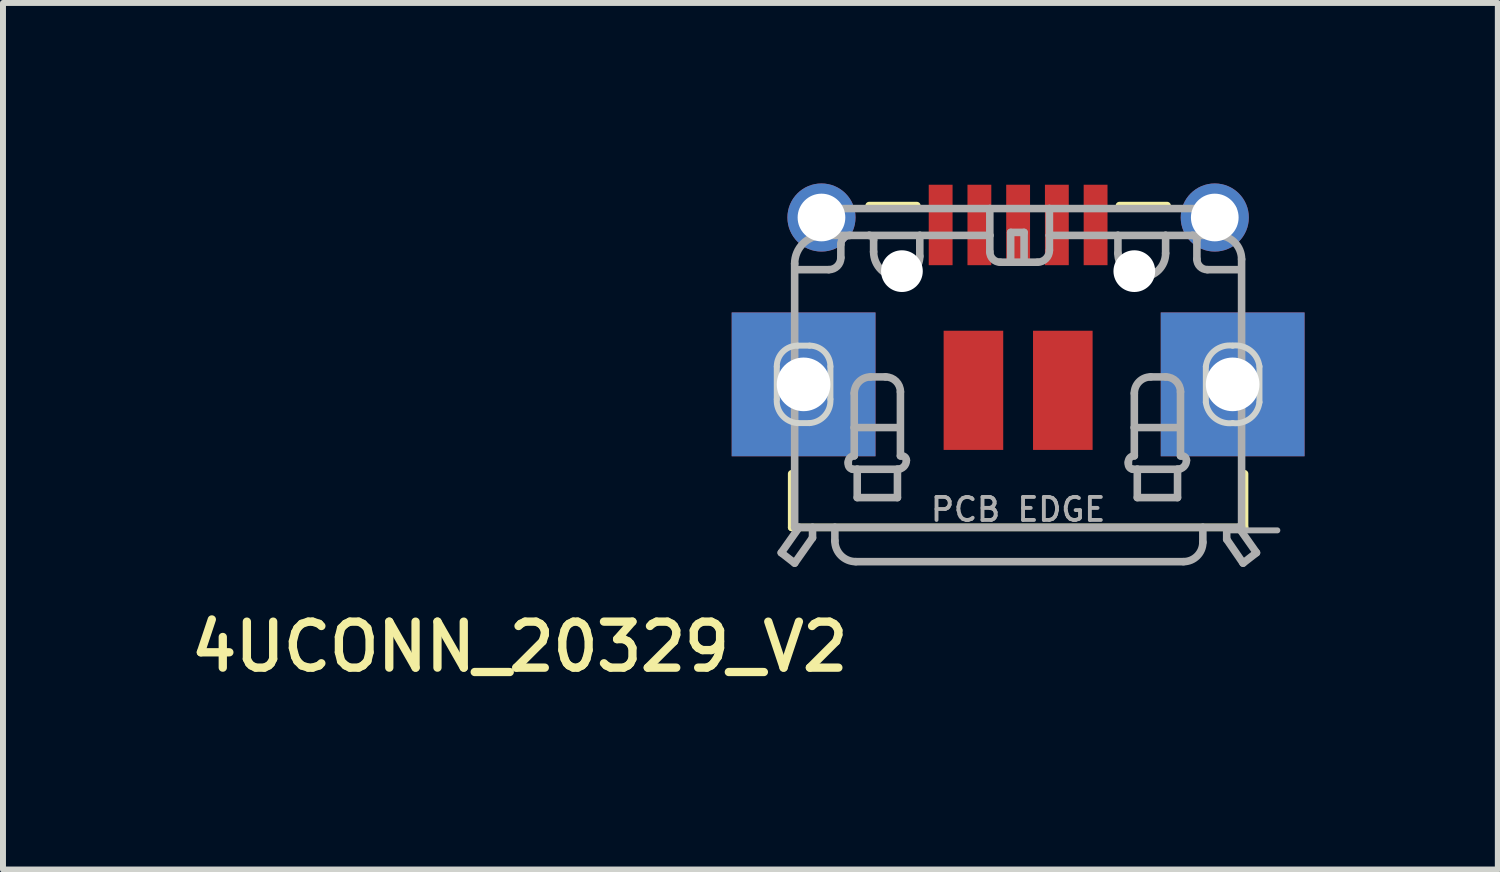
<source format=kicad_pcb>
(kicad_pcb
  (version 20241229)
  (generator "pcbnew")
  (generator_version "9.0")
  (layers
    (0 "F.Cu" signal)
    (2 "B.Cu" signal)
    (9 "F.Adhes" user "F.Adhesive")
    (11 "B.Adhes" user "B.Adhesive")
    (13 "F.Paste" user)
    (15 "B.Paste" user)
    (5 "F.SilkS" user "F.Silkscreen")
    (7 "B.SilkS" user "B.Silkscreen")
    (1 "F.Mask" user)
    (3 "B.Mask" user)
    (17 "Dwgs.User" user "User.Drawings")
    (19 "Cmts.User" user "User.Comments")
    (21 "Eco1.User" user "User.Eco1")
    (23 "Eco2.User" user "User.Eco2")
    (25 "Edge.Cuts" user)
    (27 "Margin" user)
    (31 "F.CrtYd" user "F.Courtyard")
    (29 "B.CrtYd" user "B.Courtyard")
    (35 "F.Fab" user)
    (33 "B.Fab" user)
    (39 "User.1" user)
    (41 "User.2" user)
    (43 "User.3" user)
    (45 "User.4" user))
  (footprint "4UCONN_20329_V2"
    (layer "F.Cu")
    (at 14.035 1.5)
    (property "Reference" "4UCONN_20329_V2" (at -2.778 5.852 180) (layer "F.SilkS") (effects (font (size 0.772 0.772) (thickness 0.139)) (justify right top)))
    (attr through_hole)
    (fp_poly (pts (xy -1.55 -0.05) (xy -1.05 -0.05) (xy -1.05 -1.5) (xy -1.55 -1.5)) (stroke (width 0) (type solid)) (fill yes) (layer "F.Mask"))
    (fp_poly (pts (xy -0.9 -0.05) (xy -0.4 -0.05) (xy -0.4 -1.5) (xy -0.9 -1.5)) (stroke (width 0) (type solid)) (fill yes) (layer "F.Mask"))
    (fp_poly (pts (xy -0.25 -0.05) (xy 0.25 -0.05) (xy 0.25 -1.5) (xy -0.25 -1.5)) (stroke (width 0) (type solid)) (fill yes) (layer "F.Mask"))
    (fp_poly (pts (xy 0.4 -0.05) (xy 0.9 -0.05) (xy 0.9 -1.5) (xy 0.4 -1.5)) (stroke (width 0) (type solid)) (fill yes) (layer "F.Mask"))
    (fp_poly (pts (xy 1.05 -0.05) (xy 1.55 -0.05) (xy 1.55 -1.5) (xy 1.05 -1.5)) (stroke (width 0) (type solid)) (fill yes) (layer "F.Mask"))
    (fp_line (start -3.8 3.4) (end -3.8 4.3) (stroke (width 0.127) (type solid)) (layer "F.SilkS"))
    (fp_line (start -3.8 4.3) (end 3.8 4.3) (stroke (width 0.127) (type solid)) (layer "F.SilkS"))
    (fp_line (start -2.5 -1.1) (end -1.7 -1.1) (stroke (width 0.127) (type solid)) (layer "F.SilkS"))
    (fp_line (start 1.7 -1.1) (end 2.5 -1.1) (stroke (width 0.127) (type solid)) (layer "F.SilkS"))
    (fp_line (start 3.8 4.3) (end 3.8 3.4) (stroke (width 0.127) (type solid)) (layer "F.SilkS"))
    (fp_poly (pts (xy -4.85 3.15) (xy -2.35 3.15) (xy -2.35 0.65) (xy -4.85 0.65)) (stroke (width 0) (type solid)) (fill yes) (layer "F.Paste"))
    (fp_poly (pts (xy -1.45 -0.15) (xy -1.15 -0.15) (xy -1.15 -1.4) (xy -1.45 -1.4)) (stroke (width 0) (type solid)) (fill yes) (layer "F.Paste"))
    (fp_poly (pts (xy -0.8 -0.15) (xy -0.5 -0.15) (xy -0.5 -1.4) (xy -0.8 -1.4)) (stroke (width 0) (type solid)) (fill yes) (layer "F.Paste"))
    (fp_poly (pts (xy -0.15 -0.15) (xy 0.15 -0.15) (xy 0.15 -1.4) (xy -0.15 -1.4)) (stroke (width 0) (type solid)) (fill yes) (layer "F.Paste"))
    (fp_poly (pts (xy 0.5 -0.15) (xy 0.8 -0.15) (xy 0.8 -1.4) (xy 0.5 -1.4)) (stroke (width 0) (type solid)) (fill yes) (layer "F.Paste"))
    (fp_poly (pts (xy 1.15 -0.15) (xy 1.45 -0.15) (xy 1.45 -1.4) (xy 1.15 -1.4)) (stroke (width 0) (type solid)) (fill yes) (layer "F.Paste"))
    (fp_poly (pts (xy 2.35 3.15) (xy 4.85 3.15) (xy 4.85 0.65) (xy 2.35 0.65)) (stroke (width 0) (type solid)) (fill yes) (layer "F.Paste"))
    (fp_poly (pts (xy -5.05 -0.9) (xy -5.014 -0.724) (xy -4.925 -0.567) (xy -4.793 -0.445) (xy -4.45 -0.35) (xy -3.35 -0.35) (xy -3.171 -0.37) (xy -3.007 -0.445) (xy -2.875 -0.567) (xy -2.786 -0.724) (xy -2.75 -0.9) (xy -2.786 -1.076) (xy -2.875 -1.233) (xy -3.007 -1.355) (xy -3.35 -1.45) (xy -4.45 -1.45) (xy -4.629 -1.43) (xy -4.793 -1.355) (xy -4.925 -1.233)) (stroke (width 0) (type solid)) (fill yes) (layer "F.Paste"))
    (fp_poly (pts (xy 2.75 -0.9) (xy 2.786 -0.724) (xy 2.875 -0.567) (xy 3.007 -0.445) (xy 3.35 -0.35) (xy 4.45 -0.35) (xy 4.629 -0.37) (xy 4.793 -0.445) (xy 4.925 -0.567) (xy 5.014 -0.724) (xy 5.05 -0.9) (xy 5.014 -1.076) (xy 4.925 -1.233) (xy 4.793 -1.355) (xy 4.45 -1.45) (xy 3.35 -1.45) (xy 3.171 -1.43) (xy 3.007 -1.355) (xy 2.875 -1.233)) (stroke (width 0) (type solid)) (fill yes) (layer "F.Paste"))
    (fp_line (start -4.05 2.15) (end -4.05 1.6) (stroke (width 0.1) (type solid)) (layer "Edge.Cuts"))
    (fp_line (start -3.7 1.25) (end -3.5 1.25) (stroke (width 0.1) (type solid)) (layer "Edge.Cuts"))
    (fp_line (start -3.5 2.55) (end -3.7 2.55) (stroke (width 0.1) (type solid)) (layer "Edge.Cuts"))
    (fp_line (start -3.15 1.6) (end -3.15 2.15) (stroke (width 0.1) (type solid)) (layer "Edge.Cuts"))
    (fp_line (start 3.15 2.2) (end 3.15 1.6) (stroke (width 0.1) (type solid)) (layer "Edge.Cuts"))
    (fp_line (start 4.05 1.6) (end 4.05 2.2) (stroke (width 0.1) (type solid)) (layer "Edge.Cuts"))
    (fp_arc (start -4.05 1.6) (mid -3.947487 1.352513) (end -3.7 1.25) (stroke (width 0.1) (type solid)) (layer "Edge.Cuts"))
    (fp_arc (start -3.7 2.55) (mid -3.957843 2.422487) (end -4.05 2.15) (stroke (width 0.1) (type solid)) (layer "Edge.Cuts"))
    (fp_arc (start -3.5 1.25) (mid -3.252513 1.352513) (end -3.15 1.6) (stroke (width 0.1) (type solid)) (layer "Edge.Cuts"))
    (fp_arc (start -3.15 2.15) (mid -3.242157 2.422487) (end -3.5 2.55) (stroke (width 0.1) (type solid)) (layer "Edge.Cuts"))
    (fp_arc (start 3.15 1.6) (mid 3.302513 1.331802) (end 3.6 1.25) (stroke (width 0.1) (type solid)) (layer "Edge.Cuts"))
    (fp_arc (start 3.6 1.25) (mid 3.897487 1.331802) (end 4.05 1.6) (stroke (width 0.1) (type solid)) (layer "Edge.Cuts"))
    (fp_arc (start 3.6 2.55) (mid 3.302513 2.468198) (end 3.15 2.2) (stroke (width 0.1) (type solid)) (layer "Edge.Cuts"))
    (fp_arc (start 4.05 2.2) (mid 3.897487 2.468198) (end 3.6 2.55) (stroke (width 0.1) (type solid)) (layer "Edge.Cuts"))
    (fp_line (start -3.975 4.725) (end -3.75 4.9) (stroke (width 0.127) (type solid)) (layer "F.Fab"))
    (fp_line (start -3.975 4.725) (end -3.675 4.3) (stroke (width 0.127) (type solid)) (layer "F.Fab"))
    (fp_line (start -3.75 -0.125) (end -3.75 4.3) (stroke (width 0.127) (type solid)) (layer "F.Fab"))
    (fp_line (start -3.75 4.3) (end -3.675 4.3) (stroke (width 0.127) (type solid)) (layer "F.Fab"))
    (fp_line (start -3.75 4.9) (end -3.45 4.475) (stroke (width 0.127) (type solid)) (layer "F.Fab"))
    (fp_line (start -3.725 -0.025) (end -3.175 -0.025) (stroke (width 0.127) (type solid)) (layer "F.Fab"))
    (fp_line (start -3.675 4.3) (end -3.45 4.3) (stroke (width 0.127) (type solid)) (layer "F.Fab"))
    (fp_line (start -3.575 -1.05) (end -0.475 -1.05) (stroke (width 0.127) (type solid)) (layer "F.Fab"))
    (fp_line (start -3.575 -0.75) (end -3.575 -1.05) (stroke (width 0.127) (type solid)) (layer "F.Fab"))
    (fp_line (start -3.45 4.3) (end -3.075 4.3) (stroke (width 0.127) (type solid)) (layer "F.Fab"))
    (fp_line (start -3.45 4.475) (end -3.45 4.3) (stroke (width 0.127) (type solid)) (layer "F.Fab"))
    (fp_line (start -3.425 -0.75) (end -3.575 -0.75) (stroke (width 0.127) (type solid)) (layer "F.Fab"))
    (fp_line (start -3.425 -0.625) (end -3.425 -0.75) (stroke (width 0.127) (type solid)) (layer "F.Fab"))
    (fp_line (start -3.075 4.3) (end -3.075 4.525) (stroke (width 0.127) (type solid)) (layer "F.Fab"))
    (fp_line (start -3.075 4.3) (end 3.1 4.3) (stroke (width 0.127) (type solid)) (layer "F.Fab"))
    (fp_line (start -2.975 -0.225) (end -2.975 -0.45) (stroke (width 0.127) (type solid)) (layer "F.Fab"))
    (fp_line (start -2.85 3.225) (end -2.85 3.2) (stroke (width 0.127) (type solid)) (layer "F.Fab"))
    (fp_line (start -2.825 -0.6) (end -3.275 -0.6) (stroke (width 0.127) (type solid)) (layer "F.Fab"))
    (fp_line (start -2.825 -0.6) (end -2.5 -0.6) (stroke (width 0.127) (type solid)) (layer "F.Fab"))
    (fp_line (start -2.75 2.625) (end -2.75 2.05) (stroke (width 0.127) (type solid)) (layer "F.Fab"))
    (fp_line (start -2.75 2.625) (end -2 2.625) (stroke (width 0.127) (type solid)) (layer "F.Fab"))
    (fp_line (start -2.75 3.1) (end -2.75 2.625) (stroke (width 0.127) (type solid)) (layer "F.Fab"))
    (fp_line (start -2.725 4.875) (end 2.775 4.875) (stroke (width 0.127) (type solid)) (layer "F.Fab"))
    (fp_line (start -2.7 3.325) (end -2.775 3.325) (stroke (width 0.127) (type solid)) (layer "F.Fab"))
    (fp_line (start -2.7 3.325) (end -2 3.325) (stroke (width 0.127) (type solid)) (layer "F.Fab"))
    (fp_line (start -2.7 3.8) (end -2.7 3.325) (stroke (width 0.127) (type solid)) (layer "F.Fab"))
    (fp_line (start -2.475 1.775) (end -2.225 1.775) (stroke (width 0.127) (type solid)) (layer "F.Fab"))
    (fp_line (start -2.425 -0.525) (end -2.425 -0.325) (stroke (width 0.127) (type solid)) (layer "F.Fab"))
    (fp_line (start -2.025 3.325) (end -2.025 3.8) (stroke (width 0.127) (type solid)) (layer "F.Fab"))
    (fp_line (start -2.025 3.8) (end -2.7 3.8) (stroke (width 0.127) (type solid)) (layer "F.Fab"))
    (fp_line (start -1.975 2.025) (end -1.975 3.1) (stroke (width 0.127) (type solid)) (layer "F.Fab"))
    (fp_line (start -1.975 3.1) (end -1.95 3.1) (stroke (width 0.127) (type solid)) (layer "F.Fab"))
    (fp_line (start -1.65 -0.6) (end -2.5 -0.6) (stroke (width 0.127) (type solid)) (layer "F.Fab"))
    (fp_line (start -1.65 -0.25) (end -1.65 -0.6) (stroke (width 0.127) (type solid)) (layer "F.Fab"))
    (fp_line (start -0.475 -1.05) (end 0.525 -1.05) (stroke (width 0.127) (type solid)) (layer "F.Fab"))
    (fp_line (start -0.475 -0.6) (end -1.65 -0.6) (stroke (width 0.127) (type solid)) (layer "F.Fab"))
    (fp_line (start -0.475 -0.6) (end -0.475 -1.05) (stroke (width 0.127) (type solid)) (layer "F.Fab"))
    (fp_line (start -0.475 -0.325) (end -0.475 -0.6) (stroke (width 0.127) (type solid)) (layer "F.Fab"))
    (fp_line (start -0.125 -0.65) (end 0.1 -0.65) (stroke (width 0.127) (type solid)) (layer "F.Fab"))
    (fp_line (start -0.125 -0.175) (end -0.125 -0.65) (stroke (width 0.127) (type solid)) (layer "F.Fab"))
    (fp_line (start 0.1 -0.65) (end 0.1 -0.175) (stroke (width 0.127) (type solid)) (layer "F.Fab"))
    (fp_line (start 0.325 -0.15) (end -0.3 -0.15) (stroke (width 0.127) (type solid)) (layer "F.Fab"))
    (fp_line (start 0.525 -1.05) (end 0.525 -0.6) (stroke (width 0.127) (type solid)) (layer "F.Fab"))
    (fp_line (start 0.525 -1.05) (end 3.6 -1.05) (stroke (width 0.127) (type solid)) (layer "F.Fab"))
    (fp_line (start 0.525 -0.6) (end 0.525 -0.35) (stroke (width 0.127) (type solid)) (layer "F.Fab"))
    (fp_line (start 1.675 -0.6) (end 0.525 -0.6) (stroke (width 0.127) (type solid)) (layer "F.Fab"))
    (fp_line (start 1.675 -0.6) (end 1.675 -0.3) (stroke (width 0.127) (type solid)) (layer "F.Fab"))
    (fp_line (start 1.85 3.225) (end 1.85 3.2) (stroke (width 0.127) (type solid)) (layer "F.Fab"))
    (fp_line (start 1.95 2.625) (end 1.95 2.05) (stroke (width 0.127) (type solid)) (layer "F.Fab"))
    (fp_line (start 1.95 2.625) (end 2.7 2.625) (stroke (width 0.127) (type solid)) (layer "F.Fab"))
    (fp_line (start 1.95 3.1) (end 1.95 2.625) (stroke (width 0.127) (type solid)) (layer "F.Fab"))
    (fp_line (start 2 3.325) (end 1.925 3.325) (stroke (width 0.127) (type solid)) (layer "F.Fab"))
    (fp_line (start 2 3.325) (end 2.7 3.325) (stroke (width 0.127) (type solid)) (layer "F.Fab"))
    (fp_line (start 2 3.8) (end 2 3.325) (stroke (width 0.127) (type solid)) (layer "F.Fab"))
    (fp_line (start 2.225 1.775) (end 2.475 1.775) (stroke (width 0.127) (type solid)) (layer "F.Fab"))
    (fp_line (start 2.475 -0.6) (end 1.675 -0.6) (stroke (width 0.127) (type solid)) (layer "F.Fab"))
    (fp_line (start 2.475 -0.6) (end 2.925 -0.6) (stroke (width 0.127) (type solid)) (layer "F.Fab"))
    (fp_line (start 2.475 -0.3) (end 2.475 -0.6) (stroke (width 0.127) (type solid)) (layer "F.Fab"))
    (fp_line (start 2.675 3.325) (end 2.675 3.8) (stroke (width 0.127) (type solid)) (layer "F.Fab"))
    (fp_line (start 2.675 3.8) (end 2 3.8) (stroke (width 0.127) (type solid)) (layer "F.Fab"))
    (fp_line (start 2.725 2.025) (end 2.725 3.1) (stroke (width 0.127) (type solid)) (layer "F.Fab"))
    (fp_line (start 2.725 3.1) (end 2.75 3.1) (stroke (width 0.127) (type solid)) (layer "F.Fab"))
    (fp_line (start 3 -0.525) (end 3 -0.2) (stroke (width 0.127) (type solid)) (layer "F.Fab"))
    (fp_line (start 3.1 4.3) (end 3.7 4.3) (stroke (width 0.127) (type solid)) (layer "F.Fab"))
    (fp_line (start 3.1 4.55) (end 3.1 4.3) (stroke (width 0.127) (type solid)) (layer "F.Fab"))
    (fp_line (start 3.175 -0.025) (end 3.725 -0.025) (stroke (width 0.127) (type solid)) (layer "F.Fab"))
    (fp_line (start 3.35 -0.775) (end 3.35 -0.6) (stroke (width 0.127) (type solid)) (layer "F.Fab"))
    (fp_line (start 3.35 -0.6) (end 2.925 -0.6) (stroke (width 0.127) (type solid)) (layer "F.Fab"))
    (fp_line (start 3.5 4.35) (end 4.35 4.35) (stroke (width 0.1) (type solid)) (layer "F.Fab"))
    (fp_line (start 3.5 4.5) (end 3.5 4.35) (stroke (width 0.127) (type solid)) (layer "F.Fab"))
    (fp_line (start 3.6 -1.05) (end 3.6 -0.775) (stroke (width 0.127) (type solid)) (layer "F.Fab"))
    (fp_line (start 3.6 -0.775) (end 3.35 -0.775) (stroke (width 0.127) (type solid)) (layer "F.Fab"))
    (fp_line (start 3.7 4.3) (end 3.75 4.3) (stroke (width 0.127) (type solid)) (layer "F.Fab"))
    (fp_line (start 3.7 4.3) (end 4 4.725) (stroke (width 0.127) (type solid)) (layer "F.Fab"))
    (fp_line (start 3.75 4.3) (end 3.75 -0.2) (stroke (width 0.127) (type solid)) (layer "F.Fab"))
    (fp_line (start 3.775 4.9) (end 3.5 4.5) (stroke (width 0.127) (type solid)) (layer "F.Fab"))
    (fp_line (start 4 4.725) (end 3.775 4.9) (stroke (width 0.127) (type solid)) (layer "F.Fab"))
    (fp_arc (start -3.750001 -0.124999) (mid -3.610876 -0.460875) (end -3.275 -0.6) (stroke (width 0.127) (type solid)) (layer "F.Fab"))
    (fp_arc (start -2.975 -0.45) (mid -2.931066 -0.556066) (end -2.825 -0.6) (stroke (width 0.127) (type solid)) (layer "F.Fab"))
    (fp_arc (start -2.975 -0.225) (mid -3.033579 -0.083579) (end -3.175 -0.025) (stroke (width 0.127) (type solid)) (layer "F.Fab"))
    (fp_arc (start -2.85 3.2) (mid -2.820711 3.129289) (end -2.75 3.1) (stroke (width 0.127) (type solid)) (layer "F.Fab"))
    (fp_arc (start -2.775 3.325) (mid -2.833211 3.290533) (end -2.85 3.225) (stroke (width 0.127) (type solid)) (layer "F.Fab"))
    (fp_arc (start -2.75 2.05) (mid -2.669454 1.855546) (end -2.475 1.775) (stroke (width 0.127) (type solid)) (layer "F.Fab"))
    (fp_arc (start -2.725 4.875) (mid -2.972487 4.772487) (end -3.075 4.525) (stroke (width 0.127) (type solid)) (layer "F.Fab"))
    (fp_arc (start -2.5 -0.6) (mid -2.446967 -0.578033) (end -2.425 -0.525) (stroke (width 0.127) (type solid)) (layer "F.Fab"))
    (fp_arc (start -2.225 1.775) (mid -2.048223 1.848223) (end -1.975 2.025) (stroke (width 0.127) (type solid)) (layer "F.Fab"))
    (fp_arc (start -2 0.1) (mid -2.30052 -0.02448) (end -2.425 -0.325) (stroke (width 0.127) (type solid)) (layer "F.Fab"))
    (fp_arc (start -1.95 3.1) (mid -1.896967 3.121967) (end -1.875 3.175) (stroke (width 0.127) (type solid)) (layer "F.Fab"))
    (fp_arc (start -1.875 3.175) (mid -1.918934 3.281066) (end -2.025 3.325) (stroke (width 0.127) (type solid)) (layer "F.Fab"))
    (fp_arc (start -1.65 -0.25) (mid -1.752513 -0.002513) (end -2 0.1) (stroke (width 0.127) (type solid)) (layer "F.Fab"))
    (fp_arc (start -0.3 -0.15) (mid -0.423744 -0.201256) (end -0.475 -0.325) (stroke (width 0.127) (type solid)) (layer "F.Fab"))
    (fp_arc (start 0.525 -0.35) (mid 0.466421 -0.208579) (end 0.325 -0.15) (stroke (width 0.127) (type solid)) (layer "F.Fab"))
    (fp_arc (start 1.85 3.2) (mid 1.879289 3.129289) (end 1.95 3.1) (stroke (width 0.127) (type solid)) (layer "F.Fab"))
    (fp_arc (start 1.925 3.325) (mid 1.866789 3.290533) (end 1.85 3.225) (stroke (width 0.127) (type solid)) (layer "F.Fab"))
    (fp_arc (start 1.95 2.05) (mid 2.030546 1.855546) (end 2.225 1.775) (stroke (width 0.127) (type solid)) (layer "F.Fab"))
    (fp_arc (start 2.075 0.1) (mid 1.792157 -0.017157) (end 1.675 -0.3) (stroke (width 0.127) (type solid)) (layer "F.Fab"))
    (fp_arc (start 2.475 -0.3) (mid 2.357843 -0.017157) (end 2.075 0.1) (stroke (width 0.127) (type solid)) (layer "F.Fab"))
    (fp_arc (start 2.475 1.775) (mid 2.651777 1.848223) (end 2.725 2.025) (stroke (width 0.127) (type solid)) (layer "F.Fab"))
    (fp_arc (start 2.75 3.1) (mid 2.803033 3.121967) (end 2.825 3.175) (stroke (width 0.127) (type solid)) (layer "F.Fab"))
    (fp_arc (start 2.825 3.175) (mid 2.781066 3.281066) (end 2.675 3.325) (stroke (width 0.127) (type solid)) (layer "F.Fab"))
    (fp_arc (start 2.925 -0.6) (mid 2.978033 -0.578033) (end 3 -0.525) (stroke (width 0.127) (type solid)) (layer "F.Fab"))
    (fp_arc (start 3.1 4.55) (mid 3.00481 4.77981) (end 2.775 4.875) (stroke (width 0.127) (type solid)) (layer "F.Fab"))
    (fp_arc (start 3.175 -0.025) (mid 3.051256 -0.076256) (end 3 -0.2) (stroke (width 0.127) (type solid)) (layer "F.Fab"))
    (fp_arc (start 3.349999 -0.599999) (mid 3.632842 -0.482842) (end 3.75 -0.2) (stroke (width 0.127) (type solid)) (layer "F.Fab"))
    (fp_text user "PCB EDGE" (at 0 4 0) (layer "F.Fab") (effects (font (size 0.386 0.386) (thickness 0.065))))
    (pad "" np_thru_hole circle (at -1.95 0) (size 0.7 0.7) (drill 0.7) (layers "*.Cu" "*.Mask"))
    (pad "" np_thru_hole circle (at 1.95 0) (size 0.7 0.7) (drill 0.7) (layers "*.Cu" "*.Mask"))
    (pad "BASE@1" smd rect (at -0.75 2 90) (size 2 1) (layers "F.Cu" "F.Mask" "F.Paste"))
    (pad "BASE@2" smd rect (at 0.75 2 90) (size 2 1) (layers "F.Cu" "F.Mask" "F.Paste"))
    (pad "D+" smd rect (at 0 -0.775) (size 0.4 1.35) (layers "F.Cu" "F.Mask"))
    (pad "D-" smd rect (at -0.65 -0.775) (size 0.4 1.35) (layers "F.Cu" "F.Mask"))
    (pad "GND" smd rect (at 1.3 -0.775) (size 0.4 1.35) (layers "F.Cu" "F.Mask"))
    (pad "ID" smd rect (at 0.65 -0.775) (size 0.4 1.35) (layers "F.Cu" "F.Mask"))
    (pad "SPRT@1" thru_hole circle (at -3.3 -0.9 180) (size 1.143 1.143) (drill 0.8) (layers "*.Cu" "*.Mask"))
    (pad "SPRT@2" thru_hole circle (at 3.3 -0.9) (size 1.143 1.143) (drill 0.8) (layers "*.Cu" "*.Mask"))
    (pad "SPRT@3" thru_hole rect (at -3.6 1.9 90) (size 2.413 2.413) (drill 0.9) (layers "*.Cu" "*.Mask"))
    (pad "SPRT@4" thru_hole rect (at 3.6 1.9 90) (size 2.413 2.413) (drill 0.9) (layers "*.Cu" "*.Mask"))
    (pad "VBUS" smd rect (at -1.3 -0.775) (size 0.4 1.35) (layers "F.Cu" "F.Mask")))
  (gr_rect
    (start -3 -3)
    (end 22.085 11.541)
    (stroke (width 0.1) (type default))
    (fill no)
    (layer "Edge.Cuts")))
</source>
